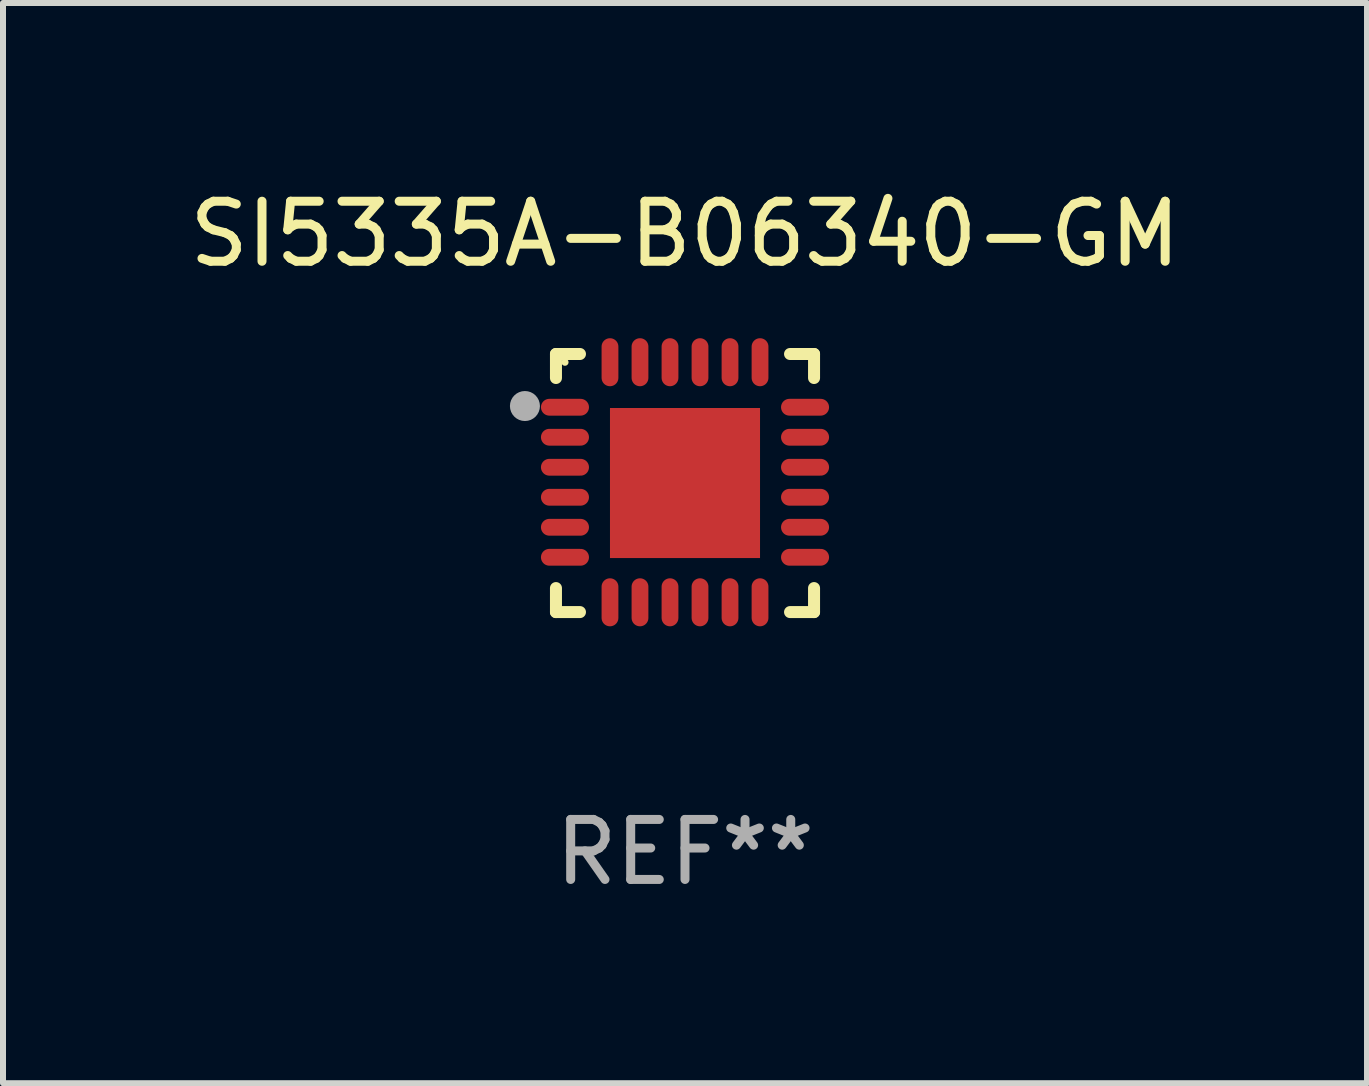
<source format=kicad_pcb>
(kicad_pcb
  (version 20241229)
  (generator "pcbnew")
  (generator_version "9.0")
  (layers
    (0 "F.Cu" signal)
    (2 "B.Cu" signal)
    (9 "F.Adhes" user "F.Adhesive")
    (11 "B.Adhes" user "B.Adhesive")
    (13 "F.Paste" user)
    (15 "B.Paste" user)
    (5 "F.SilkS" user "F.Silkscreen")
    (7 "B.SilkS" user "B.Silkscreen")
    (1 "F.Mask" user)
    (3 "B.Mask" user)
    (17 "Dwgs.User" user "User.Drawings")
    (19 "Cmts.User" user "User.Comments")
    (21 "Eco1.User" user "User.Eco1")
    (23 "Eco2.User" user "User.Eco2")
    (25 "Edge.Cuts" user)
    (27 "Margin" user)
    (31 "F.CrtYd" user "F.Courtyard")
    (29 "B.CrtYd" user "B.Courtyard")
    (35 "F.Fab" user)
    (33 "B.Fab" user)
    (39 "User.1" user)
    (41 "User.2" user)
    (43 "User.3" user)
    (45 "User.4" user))
  (footprint "SI5335A-B06340-GM"
    (layer "F.Cu")
    (at 8.363 4.998)
    (property "Reference" "SI5335A-B06340-GM" (at 0 -4.15 0) (layer "F.SilkS") (effects (font (size 1 1) (thickness 0.15))))
    (attr through_hole)
    (fp_line (start -2.15 -2.15) (end -1.75 -2.15) (stroke (width 0.2) (type solid)) (layer "F.SilkS"))
    (fp_line (start -2.15 -1.75) (end -2.15 -2.15) (stroke (width 0.2) (type solid)) (layer "F.SilkS"))
    (fp_line (start -2.15 2.15) (end -2.15 1.75) (stroke (width 0.2) (type solid)) (layer "F.SilkS"))
    (fp_line (start -1.75 2.15) (end -2.15 2.15) (stroke (width 0.2) (type solid)) (layer "F.SilkS"))
    (fp_line (start 1.75 -2.15) (end 2.15 -2.15) (stroke (width 0.2) (type solid)) (layer "F.SilkS"))
    (fp_line (start 1.75 2.15) (end 2.15 2.15) (stroke (width 0.2) (type solid)) (layer "F.SilkS"))
    (fp_line (start 2.15 -2.15) (end 2.15 -1.75) (stroke (width 0.2) (type solid)) (layer "F.SilkS"))
    (fp_line (start 2.15 2.15) (end 2.15 1.75) (stroke (width 0.2) (type solid)) (layer "F.SilkS"))
    (fp_circle (center -2 -2.013) (end -1.97 -2.013) (stroke (width 0.06) (type solid)) (fill no) (layer "F.SilkS"))
    (fp_circle (center -2.667 -1.283) (end -2.542 -1.283) (stroke (width 0.25) (type solid)) (fill no) (layer "F.Fab"))
    (fp_text user "REF**" (at 0 6.15 0) (layer "F.Fab") (effects (font (size 1 1) (thickness 0.15))))
    (pad "1" smd oval (at -2 -1.263) (size 0.8 0.28) (layers "F.Cu" "F.Mask" "F.Paste"))
    (pad "2" smd oval (at -2 -0.763) (size 0.8 0.28) (layers "F.Cu" "F.Mask" "F.Paste"))
    (pad "3" smd oval (at -2 -0.263) (size 0.8 0.28) (layers "F.Cu" "F.Mask" "F.Paste"))
    (pad "4" smd oval (at -2 0.237) (size 0.8 0.28) (layers "F.Cu" "F.Mask" "F.Paste"))
    (pad "5" smd oval (at -2 0.737) (size 0.8 0.28) (layers "F.Cu" "F.Mask" "F.Paste"))
    (pad "6" smd oval (at -2 1.237) (size 0.8 0.28) (layers "F.Cu" "F.Mask" "F.Paste"))
    (pad "7" smd oval (at -1.25 1.987) (size 0.28 0.8) (layers "F.Cu" "F.Mask" "F.Paste"))
    (pad "8" smd oval (at -0.75 1.987) (size 0.28 0.8) (layers "F.Cu" "F.Mask" "F.Paste"))
    (pad "9" smd oval (at -0.25 1.987) (size 0.28 0.8) (layers "F.Cu" "F.Mask" "F.Paste"))
    (pad "10" smd oval (at 0.25 1.987) (size 0.28 0.8) (layers "F.Cu" "F.Mask" "F.Paste"))
    (pad "11" smd oval (at 0.75 1.987) (size 0.28 0.8) (layers "F.Cu" "F.Mask" "F.Paste"))
    (pad "12" smd oval (at 1.25 1.987) (size 0.28 0.8) (layers "F.Cu" "F.Mask" "F.Paste"))
    (pad "13" smd oval (at 2 1.237) (size 0.8 0.28) (layers "F.Cu" "F.Mask" "F.Paste"))
    (pad "14" smd oval (at 2 0.737) (size 0.8 0.28) (layers "F.Cu" "F.Mask" "F.Paste"))
    (pad "15" smd oval (at 2 0.237) (size 0.8 0.28) (layers "F.Cu" "F.Mask" "F.Paste"))
    (pad "16" smd oval (at 2 -0.263) (size 0.8 0.28) (layers "F.Cu" "F.Mask" "F.Paste"))
    (pad "17" smd oval (at 2 -0.763) (size 0.8 0.28) (layers "F.Cu" "F.Mask" "F.Paste"))
    (pad "18" smd oval (at 2 -1.263) (size 0.8 0.28) (layers "F.Cu" "F.Mask" "F.Paste"))
    (pad "19" smd oval (at 1.25 -2.013) (size 0.28 0.8) (layers "F.Cu" "F.Mask" "F.Paste"))
    (pad "20" smd oval (at 0.75 -2.013) (size 0.28 0.8) (layers "F.Cu" "F.Mask" "F.Paste"))
    (pad "21" smd oval (at 0.25 -2.013) (size 0.28 0.8) (layers "F.Cu" "F.Mask" "F.Paste"))
    (pad "22" smd oval (at -0.25 -2.013) (size 0.28 0.8) (layers "F.Cu" "F.Mask" "F.Paste"))
    (pad "23" smd oval (at -0.75 -2.013) (size 0.28 0.8) (layers "F.Cu" "F.Mask" "F.Paste"))
    (pad "24" smd oval (at -1.25 -2.013) (size 0.28 0.8) (layers "F.Cu" "F.Mask" "F.Paste"))
    (pad "25" smd rect (at -0.000127 -0.00014) (size 2.5 2.5) (layers "F.Cu" "F.Mask" "F.Paste")))
  (gr_rect
    (start -3 -3)
    (end 19.726 14.997)
    (stroke (width 0.1) (type default))
    (fill no)
    (layer "Edge.Cuts")))
</source>
